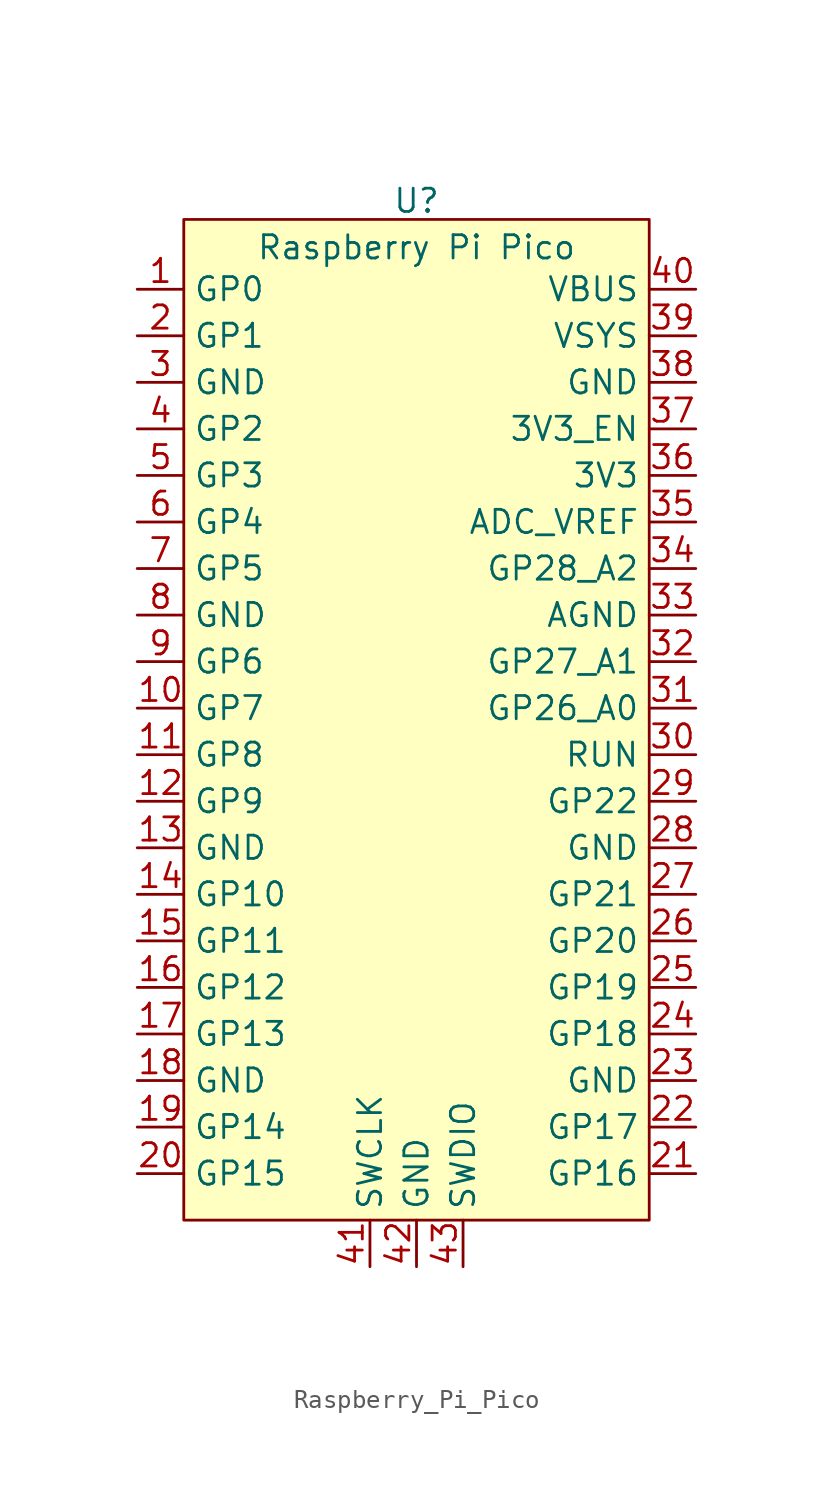
<source format=kicad_sym>
(kicad_symbol_lib
  (version 20241209)
  (generator "kicad_symbol_editor")
  (generator_version "9.0")
  (symbol "Raspberry_Pi_Pico"
    (property "Reference" "U"
      (at 0 28.956 0)
      (effects (font (size 1.27 1.27))))
    (property "Value" "Raspberry Pi Pico"
      (at 0 26.416 0)
      (effects (font (size 1.27 1.27))))
    (symbol "Raspberry_Pi_Pico_1_1"
      (rectangle (start -12.7 27.94) (end 12.7 -26.67) (stroke (width 0) (type solid)) (fill (type background)))
      (pin bidirectional line (at -15.24 24.13 0) (length 2.54) (name "GP0" (effects (font (size 1.27 1.27)))) (number "1" (effects (font (size 1.27 1.27)))))
      (pin bidirectional line (at -15.24 21.59 0) (length 2.54) (name "GP1" (effects (font (size 1.27 1.27)))) (number "2" (effects (font (size 1.27 1.27)))))
      (pin power_in line (at -15.24 19.05 0) (length 2.54) (name "GND" (effects (font (size 1.27 1.27)))) (number "3" (effects (font (size 1.27 1.27)))))
      (pin bidirectional line (at -15.24 16.51 0) (length 2.54) (name "GP2" (effects (font (size 1.27 1.27)))) (number "4" (effects (font (size 1.27 1.27)))))
      (pin bidirectional line (at -15.24 13.97 0) (length 2.54) (name "GP3" (effects (font (size 1.27 1.27)))) (number "5" (effects (font (size 1.27 1.27)))))
      (pin bidirectional line (at -15.24 11.43 0) (length 2.54) (name "GP4" (effects (font (size 1.27 1.27)))) (number "6" (effects (font (size 1.27 1.27)))))
      (pin bidirectional line (at -15.24 8.89 0) (length 2.54) (name "GP5" (effects (font (size 1.27 1.27)))) (number "7" (effects (font (size 1.27 1.27)))))
      (pin power_in line (at -15.24 6.35 0) (length 2.54) (name "GND" (effects (font (size 1.27 1.27)))) (number "8" (effects (font (size 1.27 1.27)))))
      (pin bidirectional line (at -15.24 3.81 0) (length 2.54) (name "GP6" (effects (font (size 1.27 1.27)))) (number "9" (effects (font (size 1.27 1.27)))))
      (pin bidirectional line (at -15.24 1.27 0) (length 2.54) (name "GP7" (effects (font (size 1.27 1.27)))) (number "10" (effects (font (size 1.27 1.27)))))
      (pin bidirectional line (at -15.24 -1.27 0) (length 2.54) (name "GP8" (effects (font (size 1.27 1.27)))) (number "11" (effects (font (size 1.27 1.27)))))
      (pin bidirectional line (at -15.24 -3.81 0) (length 2.54) (name "GP9" (effects (font (size 1.27 1.27)))) (number "12" (effects (font (size 1.27 1.27)))))
      (pin power_in line (at -15.24 -6.35 0) (length 2.54) (name "GND" (effects (font (size 1.27 1.27)))) (number "13" (effects (font (size 1.27 1.27)))))
      (pin bidirectional line (at -15.24 -8.89 0) (length 2.54) (name "GP10" (effects (font (size 1.27 1.27)))) (number "14" (effects (font (size 1.27 1.27)))))
      (pin bidirectional line (at -15.24 -11.43 0) (length 2.54) (name "GP11" (effects (font (size 1.27 1.27)))) (number "15" (effects (font (size 1.27 1.27)))))
      (pin bidirectional line (at -15.24 -13.97 0) (length 2.54) (name "GP12" (effects (font (size 1.27 1.27)))) (number "16" (effects (font (size 1.27 1.27)))))
      (pin bidirectional line (at -15.24 -16.51 0) (length 2.54) (name "GP13" (effects (font (size 1.27 1.27)))) (number "17" (effects (font (size 1.27 1.27)))))
      (pin power_in line (at -15.24 -19.05 0) (length 2.54) (name "GND" (effects (font (size 1.27 1.27)))) (number "18" (effects (font (size 1.27 1.27)))))
      (pin bidirectional line (at -15.24 -21.59 0) (length 2.54) (name "GP14" (effects (font (size 1.27 1.27)))) (number "19" (effects (font (size 1.27 1.27)))))
      (pin bidirectional line (at -15.24 -24.13 0) (length 2.54) (name "GP15" (effects (font (size 1.27 1.27)))) (number "20" (effects (font (size 1.27 1.27)))))
      (pin input line (at -2.54 -29.21 90) (length 2.54) (name "SWCLK" (effects (font (size 1.27 1.27)))) (number "41" (effects (font (size 1.27 1.27)))))
      (pin power_in line (at 0 -29.21 90) (length 2.54) (name "GND" (effects (font (size 1.27 1.27)))) (number "42" (effects (font (size 1.27 1.27)))))
      (pin bidirectional line (at 2.54 -29.21 90) (length 2.54) (name "SWDIO" (effects (font (size 1.27 1.27)))) (number "43" (effects (font (size 1.27 1.27)))))
      (pin power_in line (at 15.24 24.13 180) (length 2.54) (name "VBUS" (effects (font (size 1.27 1.27)))) (number "40" (effects (font (size 1.27 1.27)))))
      (pin power_in line (at 15.24 21.59 180) (length 2.54) (name "VSYS" (effects (font (size 1.27 1.27)))) (number "39" (effects (font (size 1.27 1.27)))))
      (pin power_in line (at 15.24 19.05 180) (length 2.54) (name "GND" (effects (font (size 1.27 1.27)))) (number "38" (effects (font (size 1.27 1.27)))))
      (pin input line (at 15.24 16.51 180) (length 2.54) (name "3V3_EN" (effects (font (size 1.27 1.27)))) (number "37" (effects (font (size 1.27 1.27)))))
      (pin power_in line (at 15.24 13.97 180) (length 2.54) (name "3V3" (effects (font (size 1.27 1.27)))) (number "36" (effects (font (size 1.27 1.27)))))
      (pin power_in line (at 15.24 11.43 180) (length 2.54) (name "ADC_VREF" (effects (font (size 1.27 1.27)))) (number "35" (effects (font (size 1.27 1.27)))))
      (pin bidirectional line (at 15.24 8.89 180) (length 2.54) (name "GP28_A2" (effects (font (size 1.27 1.27)))) (number "34" (effects (font (size 1.27 1.27)))))
      (pin power_in line (at 15.24 6.35 180) (length 2.54) (name "AGND" (effects (font (size 1.27 1.27)))) (number "33" (effects (font (size 1.27 1.27)))))
      (pin bidirectional line (at 15.24 3.81 180) (length 2.54) (name "GP27_A1" (effects (font (size 1.27 1.27)))) (number "32" (effects (font (size 1.27 1.27)))))
      (pin bidirectional line (at 15.24 1.27 180) (length 2.54) (name "GP26_A0" (effects (font (size 1.27 1.27)))) (number "31" (effects (font (size 1.27 1.27)))))
      (pin bidirectional line (at 15.24 -1.27 180) (length 2.54) (name "RUN" (effects (font (size 1.27 1.27)))) (number "30" (effects (font (size 1.27 1.27)))))
      (pin bidirectional line (at 15.24 -3.81 180) (length 2.54) (name "GP22" (effects (font (size 1.27 1.27)))) (number "29" (effects (font (size 1.27 1.27)))))
      (pin power_in line (at 15.24 -6.35 180) (length 2.54) (name "GND" (effects (font (size 1.27 1.27)))) (number "28" (effects (font (size 1.27 1.27)))))
      (pin bidirectional line (at 15.24 -8.89 180) (length 2.54) (name "GP21" (effects (font (size 1.27 1.27)))) (number "27" (effects (font (size 1.27 1.27)))))
      (pin bidirectional line (at 15.24 -11.43 180) (length 2.54) (name "GP20" (effects (font (size 1.27 1.27)))) (number "26" (effects (font (size 1.27 1.27)))))
      (pin bidirectional line (at 15.24 -13.97 180) (length 2.54) (name "GP19" (effects (font (size 1.27 1.27)))) (number "25" (effects (font (size 1.27 1.27)))))
      (pin bidirectional line (at 15.24 -16.51 180) (length 2.54) (name "GP18" (effects (font (size 1.27 1.27)))) (number "24" (effects (font (size 1.27 1.27)))))
      (pin power_in line (at 15.24 -19.05 180) (length 2.54) (name "GND" (effects (font (size 1.27 1.27)))) (number "23" (effects (font (size 1.27 1.27)))))
      (pin bidirectional line (at 15.24 -21.59 180) (length 2.54) (name "GP17" (effects (font (size 1.27 1.27)))) (number "22" (effects (font (size 1.27 1.27)))))
      (pin bidirectional line (at 15.24 -24.13 180) (length 2.54) (name "GP16" (effects (font (size 1.27 1.27)))) (number "21" (effects (font (size 1.27 1.27))))))))
</source>
